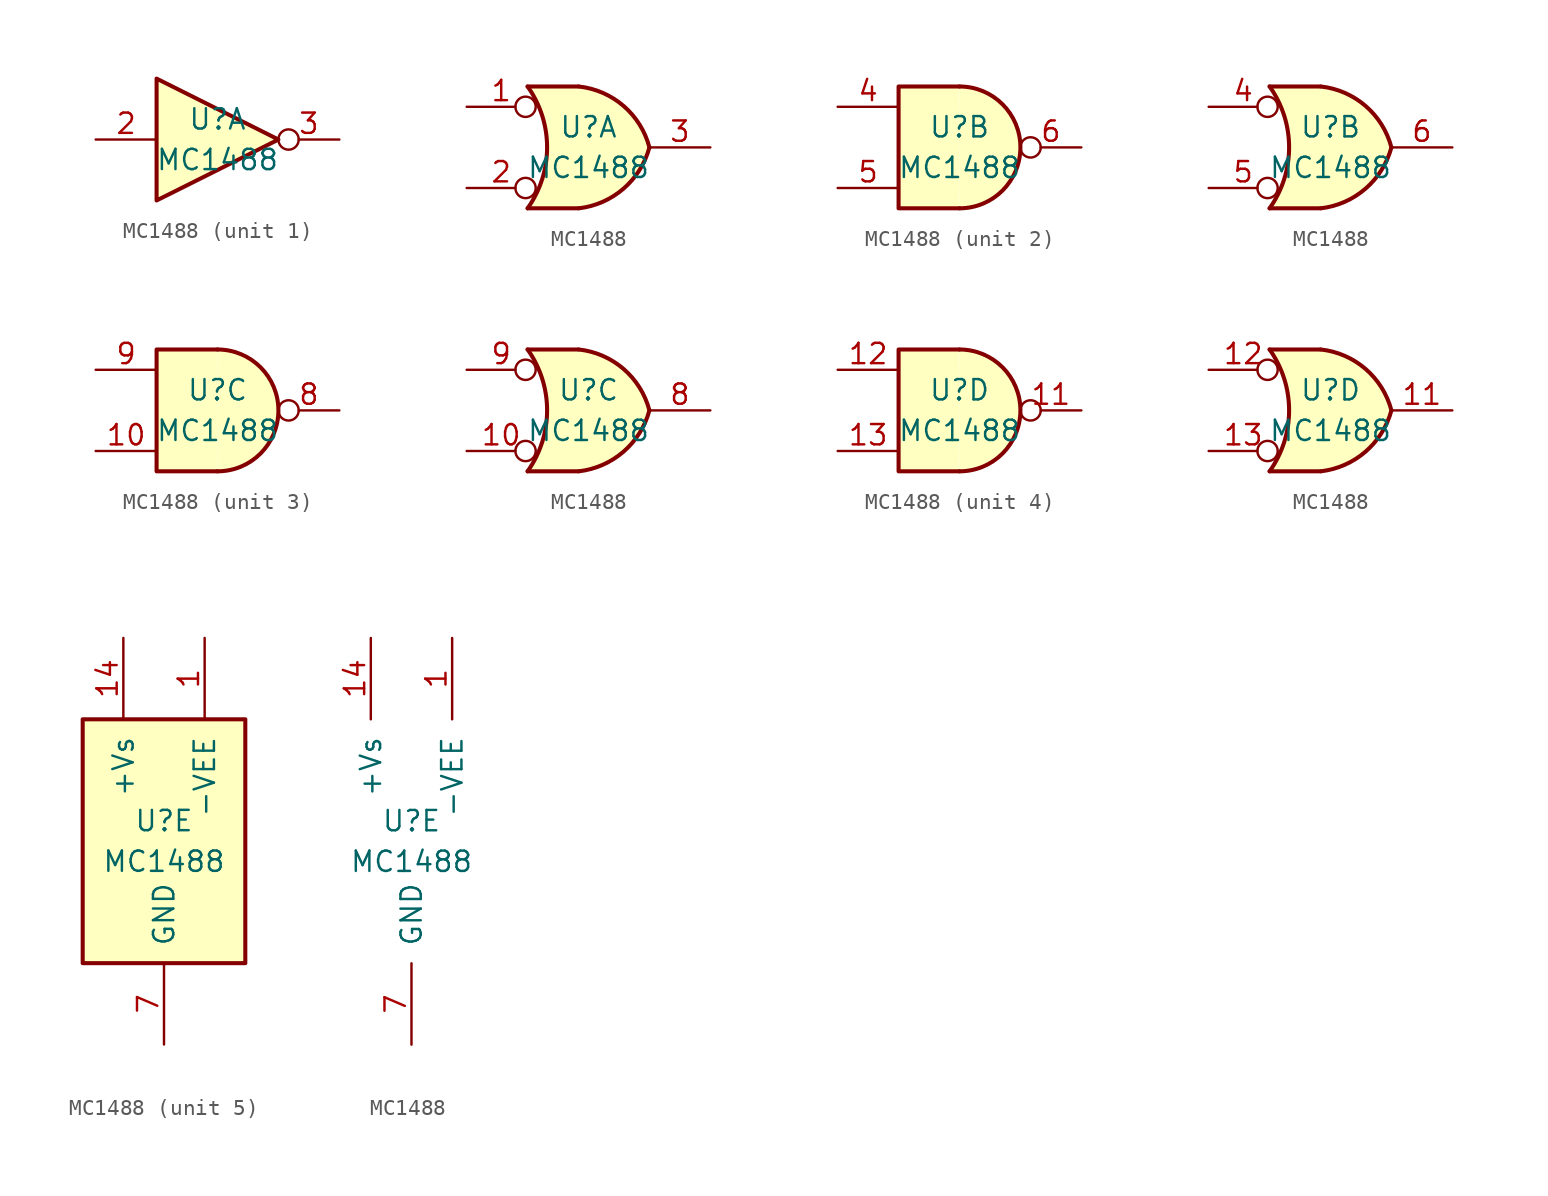
<source format=kicad_sym>
(kicad_symbol_lib
  (version 20241209)
  (generator "kicad_symbol_editor")
  (generator_version "9.0")
  (symbol "MC1488"
    (pin_names
      (offset 1.016))
    (property "Reference" "U"
      (at 0 1.27 0)
      (effects (font (size 1.27 1.27))))
    (property "Value" "MC1488"
      (at 0 -1.27 0)
      (effects (font (size 1.27 1.27))))
    (property "ki_locked" ""
      (at 0 0 0)
      (effects (font (size 1.27 1.27))))
    (symbol "MC1488_1_1"
      (polyline (pts (xy 3.81 0) (xy -3.81 3.81) (xy -3.81 -3.81) (xy 3.81 0)) (stroke (width 0.254) (type default)) (fill (type background)))
      (pin input line (at -7.62 0 0) (length 3.81) (name "~" (effects (font (size 1.27 1.27)))) (number "2" (effects (font (size 1.27 1.27)))))
      (pin output inverted (at 7.62 0 180) (length 3.81) (name "~" (effects (font (size 1.27 1.27)))) (number "3" (effects (font (size 1.27 1.27))))))
    (symbol "MC1488_1_2"
      (arc (start -3.81 3.81) (mid -2.589 0) (end -3.81 -3.81) (stroke (width 0.254) (type default)) (fill (type none)))
      (polyline (pts (xy -3.81 3.81) (xy -0.635 3.81)) (stroke (width 0.254) (type default)) (fill (type background)))
      (polyline (pts (xy -3.81 -3.81) (xy -0.635 -3.81)) (stroke (width 0.254) (type default)) (fill (type background)))
      (arc (start 3.81 0) (mid 2.1855 -2.584) (end -0.6096 -3.81) (stroke (width 0.254) (type default)) (fill (type background)))
      (arc (start -0.6096 3.81) (mid 2.1928 2.5924) (end 3.81 0) (stroke (width 0.254) (type default)) (fill (type background)))
      (polyline (pts (xy -0.635 3.81) (xy -3.81 3.81) (xy -3.81 3.81) (xy -3.556 3.404) (xy -3.023 2.261) (xy -2.692 1.041) (xy -2.616 -0.254) (xy -2.769 -1.499) (xy -3.175 -2.718) (xy -3.81 -3.81) (xy -3.81 -3.81) (xy -0.635 -3.81)) (stroke (width -25.4) (type default)) (fill (type background)))
      (pin input inverted (at -7.62 2.54 0) (length 4.318) (name "~" (effects (font (size 1.27 1.27)))) (number "1" (effects (font (size 1.27 1.27)))))
      (pin input inverted (at -7.62 -2.54 0) (length 4.318) (name "~" (effects (font (size 1.27 1.27)))) (number "2" (effects (font (size 1.27 1.27)))))
      (pin output line (at 7.62 0 180) (length 3.81) (name "~" (effects (font (size 1.27 1.27)))) (number "3" (effects (font (size 1.27 1.27))))))
    (symbol "MC1488_2_1"
      (arc (start 0 3.81) (mid 3.7934 0) (end 0 -3.81) (stroke (width 0.254) (type default)) (fill (type background)))
      (polyline (pts (xy 0 3.81) (xy -3.81 3.81) (xy -3.81 -3.81) (xy 0 -3.81)) (stroke (width 0.254) (type default)) (fill (type background)))
      (pin input line (at -7.62 2.54 0) (length 3.81) (name "~" (effects (font (size 1.27 1.27)))) (number "4" (effects (font (size 1.27 1.27)))))
      (pin input line (at -7.62 -2.54 0) (length 3.81) (name "~" (effects (font (size 1.27 1.27)))) (number "5" (effects (font (size 1.27 1.27)))))
      (pin output inverted (at 7.62 0 180) (length 3.81) (name "~" (effects (font (size 1.27 1.27)))) (number "6" (effects (font (size 1.27 1.27))))))
    (symbol "MC1488_2_2"
      (arc (start -3.81 3.81) (mid -2.589 0) (end -3.81 -3.81) (stroke (width 0.254) (type default)) (fill (type none)))
      (polyline (pts (xy -3.81 3.81) (xy -0.635 3.81)) (stroke (width 0.254) (type default)) (fill (type background)))
      (polyline (pts (xy -3.81 -3.81) (xy -0.635 -3.81)) (stroke (width 0.254) (type default)) (fill (type background)))
      (arc (start 3.81 0) (mid 2.1855 -2.584) (end -0.6096 -3.81) (stroke (width 0.254) (type default)) (fill (type background)))
      (arc (start -0.6096 3.81) (mid 2.1928 2.5924) (end 3.81 0) (stroke (width 0.254) (type default)) (fill (type background)))
      (polyline (pts (xy -0.635 3.81) (xy -3.81 3.81) (xy -3.81 3.81) (xy -3.556 3.404) (xy -3.023 2.261) (xy -2.692 1.041) (xy -2.616 -0.254) (xy -2.769 -1.499) (xy -3.175 -2.718) (xy -3.81 -3.81) (xy -3.81 -3.81) (xy -0.635 -3.81)) (stroke (width -25.4) (type default)) (fill (type background)))
      (pin input inverted (at -7.62 2.54 0) (length 4.318) (name "~" (effects (font (size 1.27 1.27)))) (number "4" (effects (font (size 1.27 1.27)))))
      (pin input inverted (at -7.62 -2.54 0) (length 4.318) (name "~" (effects (font (size 1.27 1.27)))) (number "5" (effects (font (size 1.27 1.27)))))
      (pin output line (at 7.62 0 180) (length 3.81) (name "~" (effects (font (size 1.27 1.27)))) (number "6" (effects (font (size 1.27 1.27))))))
    (symbol "MC1488_3_1"
      (arc (start 0 3.81) (mid 3.7934 0) (end 0 -3.81) (stroke (width 0.254) (type default)) (fill (type background)))
      (polyline (pts (xy 0 3.81) (xy -3.81 3.81) (xy -3.81 -3.81) (xy 0 -3.81)) (stroke (width 0.254) (type default)) (fill (type background)))
      (pin input line (at -7.62 2.54 0) (length 3.81) (name "~" (effects (font (size 1.27 1.27)))) (number "9" (effects (font (size 1.27 1.27)))))
      (pin input line (at -7.62 -2.54 0) (length 3.81) (name "~" (effects (font (size 1.27 1.27)))) (number "10" (effects (font (size 1.27 1.27)))))
      (pin output inverted (at 7.62 0 180) (length 3.81) (name "~" (effects (font (size 1.27 1.27)))) (number "8" (effects (font (size 1.27 1.27))))))
    (symbol "MC1488_3_2"
      (arc (start -3.81 3.81) (mid -2.589 0) (end -3.81 -3.81) (stroke (width 0.254) (type default)) (fill (type none)))
      (polyline (pts (xy -3.81 3.81) (xy -0.635 3.81)) (stroke (width 0.254) (type default)) (fill (type background)))
      (polyline (pts (xy -3.81 -3.81) (xy -0.635 -3.81)) (stroke (width 0.254) (type default)) (fill (type background)))
      (arc (start 3.81 0) (mid 2.1855 -2.584) (end -0.6096 -3.81) (stroke (width 0.254) (type default)) (fill (type background)))
      (arc (start -0.6096 3.81) (mid 2.1928 2.5924) (end 3.81 0) (stroke (width 0.254) (type default)) (fill (type background)))
      (polyline (pts (xy -0.635 3.81) (xy -3.81 3.81) (xy -3.81 3.81) (xy -3.556 3.404) (xy -3.023 2.261) (xy -2.692 1.041) (xy -2.616 -0.254) (xy -2.769 -1.499) (xy -3.175 -2.718) (xy -3.81 -3.81) (xy -3.81 -3.81) (xy -0.635 -3.81)) (stroke (width -25.4) (type default)) (fill (type background)))
      (pin input inverted (at -7.62 2.54 0) (length 4.318) (name "~" (effects (font (size 1.27 1.27)))) (number "9" (effects (font (size 1.27 1.27)))))
      (pin input inverted (at -7.62 -2.54 0) (length 4.318) (name "~" (effects (font (size 1.27 1.27)))) (number "10" (effects (font (size 1.27 1.27)))))
      (pin output line (at 7.62 0 180) (length 3.81) (name "~" (effects (font (size 1.27 1.27)))) (number "8" (effects (font (size 1.27 1.27))))))
    (symbol "MC1488_4_1"
      (arc (start 0 3.81) (mid 3.7934 0) (end 0 -3.81) (stroke (width 0.254) (type default)) (fill (type background)))
      (polyline (pts (xy 0 3.81) (xy -3.81 3.81) (xy -3.81 -3.81) (xy 0 -3.81)) (stroke (width 0.254) (type default)) (fill (type background)))
      (pin input line (at -7.62 2.54 0) (length 3.81) (name "~" (effects (font (size 1.27 1.27)))) (number "12" (effects (font (size 1.27 1.27)))))
      (pin input line (at -7.62 -2.54 0) (length 3.81) (name "~" (effects (font (size 1.27 1.27)))) (number "13" (effects (font (size 1.27 1.27)))))
      (pin output inverted (at 7.62 0 180) (length 3.81) (name "~" (effects (font (size 1.27 1.27)))) (number "11" (effects (font (size 1.27 1.27))))))
    (symbol "MC1488_4_2"
      (arc (start -3.81 3.81) (mid -2.589 0) (end -3.81 -3.81) (stroke (width 0.254) (type default)) (fill (type none)))
      (polyline (pts (xy -3.81 3.81) (xy -0.635 3.81)) (stroke (width 0.254) (type default)) (fill (type background)))
      (polyline (pts (xy -3.81 -3.81) (xy -0.635 -3.81)) (stroke (width 0.254) (type default)) (fill (type background)))
      (arc (start 3.81 0) (mid 2.1855 -2.584) (end -0.6096 -3.81) (stroke (width 0.254) (type default)) (fill (type background)))
      (arc (start -0.6096 3.81) (mid 2.1928 2.5924) (end 3.81 0) (stroke (width 0.254) (type default)) (fill (type background)))
      (polyline (pts (xy -0.635 3.81) (xy -3.81 3.81) (xy -3.81 3.81) (xy -3.556 3.404) (xy -3.023 2.261) (xy -2.692 1.041) (xy -2.616 -0.254) (xy -2.769 -1.499) (xy -3.175 -2.718) (xy -3.81 -3.81) (xy -3.81 -3.81) (xy -0.635 -3.81)) (stroke (width -25.4) (type default)) (fill (type background)))
      (pin input inverted (at -7.62 2.54 0) (length 4.318) (name "~" (effects (font (size 1.27 1.27)))) (number "12" (effects (font (size 1.27 1.27)))))
      (pin input inverted (at -7.62 -2.54 0) (length 4.318) (name "~" (effects (font (size 1.27 1.27)))) (number "13" (effects (font (size 1.27 1.27)))))
      (pin output line (at 7.62 0 180) (length 3.81) (name "~" (effects (font (size 1.27 1.27)))) (number "11" (effects (font (size 1.27 1.27))))))
    (symbol "MC1488_5_0"
      (pin power_in line (at -2.54 12.7 270) (length 5.08) (name "+Vs" (effects (font (size 1.27 1.27)))) (number "14" (effects (font (size 1.27 1.27)))))
      (pin power_in line (at 0 -12.7 90) (length 5.08) (name "GND" (effects (font (size 1.27 1.27)))) (number "7" (effects (font (size 1.27 1.27)))))
      (pin power_in line (at 2.54 12.7 270) (length 5.08) (name "-VEE" (effects (font (size 1.27 1.27)))) (number "1" (effects (font (size 1.27 1.27))))))
    (symbol "MC1488_5_1"
      (rectangle (start -5.08 7.62) (end 5.08 -7.62) (stroke (width 0.254) (type default)) (fill (type background))))))
</source>
